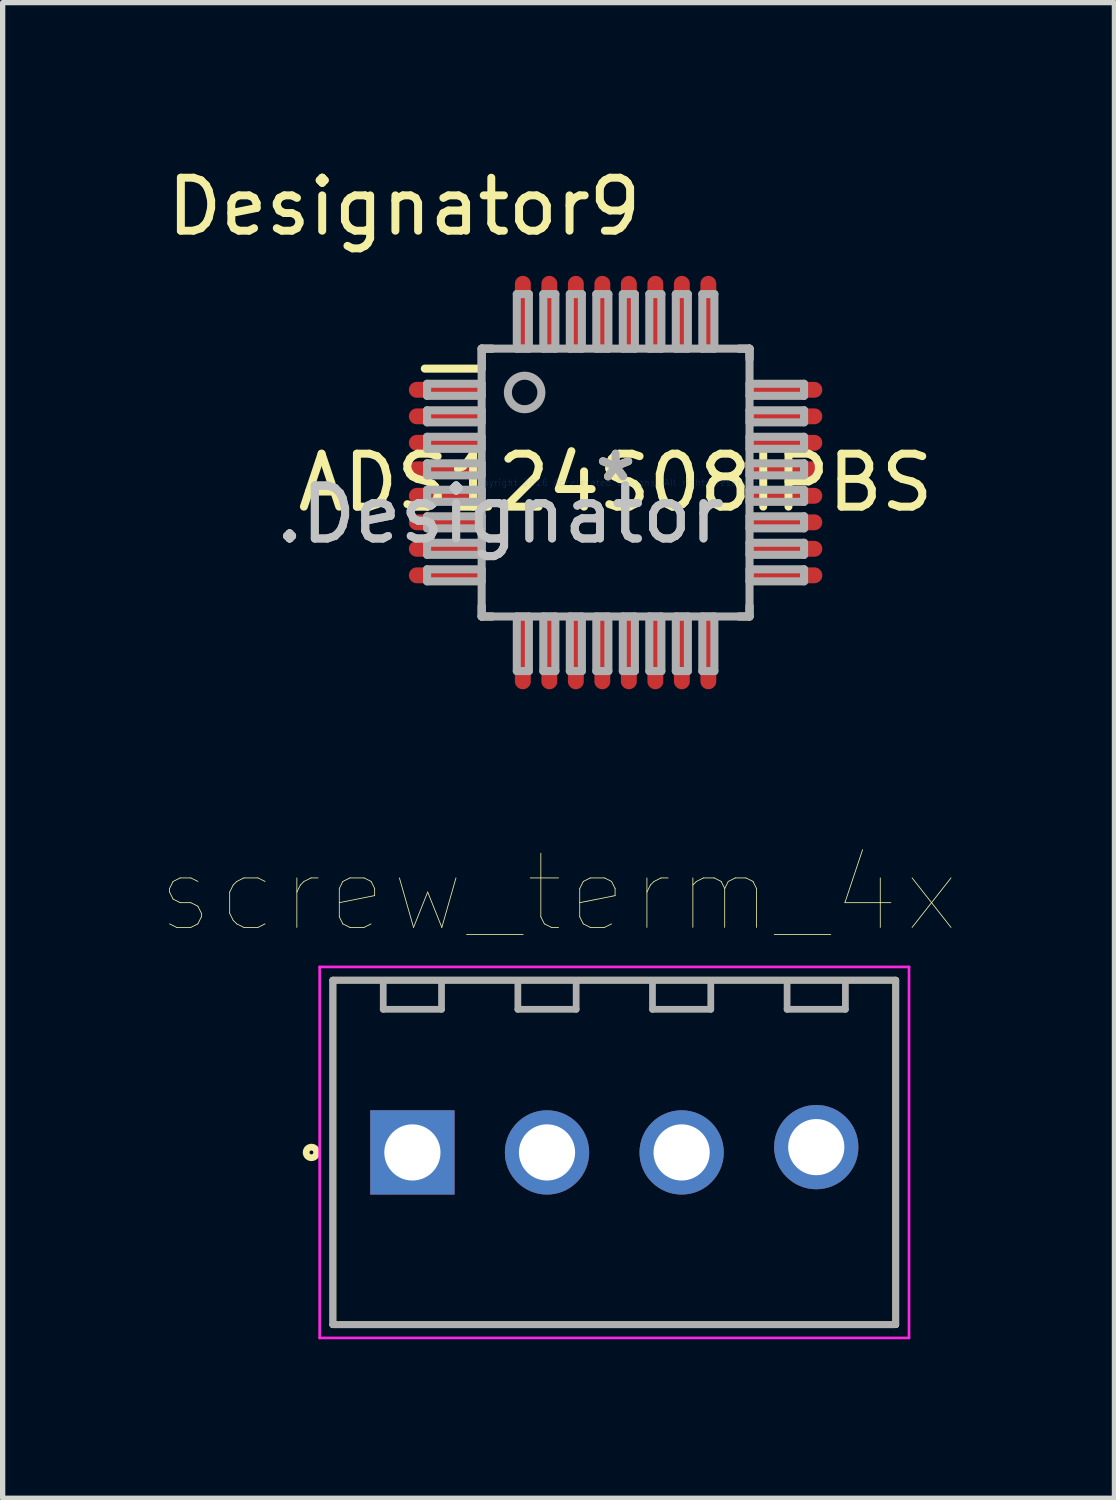
<source format=kicad_pcb>
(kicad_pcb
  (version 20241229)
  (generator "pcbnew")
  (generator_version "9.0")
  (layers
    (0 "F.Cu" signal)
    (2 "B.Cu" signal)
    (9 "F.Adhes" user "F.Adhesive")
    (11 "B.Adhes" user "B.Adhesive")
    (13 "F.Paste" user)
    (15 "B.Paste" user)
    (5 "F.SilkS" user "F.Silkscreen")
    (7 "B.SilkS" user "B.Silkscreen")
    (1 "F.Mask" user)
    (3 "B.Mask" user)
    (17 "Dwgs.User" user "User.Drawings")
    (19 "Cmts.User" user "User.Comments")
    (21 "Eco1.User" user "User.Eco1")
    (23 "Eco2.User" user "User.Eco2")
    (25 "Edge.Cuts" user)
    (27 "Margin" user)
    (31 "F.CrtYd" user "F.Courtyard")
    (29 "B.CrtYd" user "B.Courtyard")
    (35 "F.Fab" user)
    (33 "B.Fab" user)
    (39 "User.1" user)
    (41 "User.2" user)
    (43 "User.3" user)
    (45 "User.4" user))
  (footprint "screw_term_4x"
    (layer "F.Cu")
    (at 4.731 18.694)
    (property "Reference" "screw_term_4x" (at 2.757 -4.893 0) (layer "F.SilkS") (effects (font (size 1.401 1.401) (thickness 0.015))))
    (attr through_hole)
    (fp_line (start -1.5 -3.25) (end -1.5 3.25) (stroke (width 0.127) (type solid)) (layer "F.SilkS"))
    (fp_line (start -1.5 3.25) (end 9.12 3.25) (stroke (width 0.127) (type solid)) (layer "F.SilkS"))
    (fp_line (start 9.12 -3.25) (end -1.5 -3.25) (stroke (width 0.127) (type solid)) (layer "F.SilkS"))
    (fp_line (start 9.12 3.25) (end 9.12 -3.25) (stroke (width 0.127) (type solid)) (layer "F.SilkS"))
    (fp_circle (center -1.905 0) (end -1.805 0) (stroke (width 0.127) (type solid)) (fill no) (layer "F.SilkS"))
    (fp_line (start -1.75 -3.5) (end 9.37 -3.5) (stroke (width 0.05) (type solid)) (layer "F.CrtYd"))
    (fp_line (start -1.75 3.5) (end -1.75 -3.5) (stroke (width 0.05) (type solid)) (layer "F.CrtYd"))
    (fp_line (start 9.37 -3.5) (end 9.37 3.5) (stroke (width 0.05) (type solid)) (layer "F.CrtYd"))
    (fp_line (start 9.37 3.5) (end -1.75 3.5) (stroke (width 0.05) (type solid)) (layer "F.CrtYd"))
    (fp_line (start -1.5 -3.25) (end 9.12 -3.25) (stroke (width 0.127) (type solid)) (layer "F.Fab"))
    (fp_line (start -1.5 3.25) (end -1.5 -3.25) (stroke (width 0.127) (type solid)) (layer "F.Fab"))
    (fp_line (start -0.55 -2.7) (end -0.55 -3.2) (stroke (width 0.127) (type solid)) (layer "F.Fab"))
    (fp_line (start -0.55 -2.7) (end 0.55 -2.7) (stroke (width 0.127) (type solid)) (layer "F.Fab"))
    (fp_line (start 0.55 -2.7) (end 0.55 -3.2) (stroke (width 0.127) (type solid)) (layer "F.Fab"))
    (fp_line (start 1.99 -2.7) (end 1.99 -3.2) (stroke (width 0.127) (type solid)) (layer "F.Fab"))
    (fp_line (start 1.99 -2.7) (end 3.09 -2.7) (stroke (width 0.127) (type solid)) (layer "F.Fab"))
    (fp_line (start 3.09 -2.7) (end 3.09 -3.2) (stroke (width 0.127) (type solid)) (layer "F.Fab"))
    (fp_line (start 4.53 -2.7) (end 4.53 -3.2) (stroke (width 0.127) (type solid)) (layer "F.Fab"))
    (fp_line (start 4.53 -2.7) (end 5.63 -2.7) (stroke (width 0.127) (type solid)) (layer "F.Fab"))
    (fp_line (start 5.63 -2.7) (end 5.63 -3.2) (stroke (width 0.127) (type solid)) (layer "F.Fab"))
    (fp_line (start 7.07 -2.7) (end 7.07 -3.2) (stroke (width 0.127) (type solid)) (layer "F.Fab"))
    (fp_line (start 7.07 -2.7) (end 8.17 -2.7) (stroke (width 0.127) (type solid)) (layer "F.Fab"))
    (fp_line (start 8.17 -2.7) (end 8.17 -3.2) (stroke (width 0.127) (type solid)) (layer "F.Fab"))
    (fp_line (start 9.12 -3.25) (end 9.12 3.25) (stroke (width 0.127) (type solid)) (layer "F.Fab"))
    (fp_line (start 9.12 3.25) (end -1.5 3.25) (stroke (width 0.127) (type solid)) (layer "F.Fab"))
    (pad "1" thru_hole rect (at 0 0) (size 1.59 1.59) (drill 1.06) (layers "*.Cu" "*.Mask"))
    (pad "2" thru_hole circle (at 2.54 0) (size 1.59 1.59) (drill 1.06) (layers "*.Cu" "*.Mask"))
    (pad "3" thru_hole circle (at 5.08 0) (size 1.59 1.59) (drill 1.06) (layers "*.Cu" "*.Mask"))
    (pad "4" thru_hole circle (at 7.62 -0.1) (size 1.59 1.59) (drill 1.06) (layers "*.Cu" "*.Mask")))
  (footprint "ADS124S08IPBS"
    (layer "F.Cu")
    (at 8.565 6.055)
    (property "Reference" "ADS124S08IPBS" (at 0 0 0) (layer "F.SilkS") (effects (font (size 1 1) (thickness 0.15))))
    (attr through_hole)
    (fp_line (start -3.6 -2.15) (end -2.527 -2.15) (stroke (width 0.152) (type solid)) (layer "F.SilkS"))
    (fp_line (start -2.527 -2.527) (end -2.327 -2.527) (stroke (width 0.152) (type solid)) (layer "F.SilkS"))
    (fp_line (start -2.527 -2.15) (end -2.527 -2.527) (stroke (width 0.152) (type solid)) (layer "F.SilkS"))
    (fp_line (start -2.527 2.527) (end -2.527 2.327) (stroke (width 0.152) (type solid)) (layer "F.SilkS"))
    (fp_line (start -2.527 2.527) (end -2.327 2.527) (stroke (width 0.152) (type solid)) (layer "F.SilkS"))
    (fp_line (start 2.327 -2.527) (end 2.527 -2.527) (stroke (width 0.152) (type solid)) (layer "F.SilkS"))
    (fp_line (start 2.327 2.527) (end 2.527 2.527) (stroke (width 0.152) (type solid)) (layer "F.SilkS"))
    (fp_line (start 2.527 -2.327) (end 2.527 -2.527) (stroke (width 0.152) (type solid)) (layer "F.SilkS"))
    (fp_line (start 2.527 2.527) (end 2.527 2.327) (stroke (width 0.152) (type solid)) (layer "F.SilkS"))
    (fp_line (start -3.556 -1.864) (end -2.527 -1.864) (stroke (width 0.152) (type solid)) (layer "F.Fab"))
    (fp_line (start -3.556 -1.636) (end -3.556 -1.864) (stroke (width 0.152) (type solid)) (layer "F.Fab"))
    (fp_line (start -3.556 -1.636) (end -2.527 -1.636) (stroke (width 0.152) (type solid)) (layer "F.Fab"))
    (fp_line (start -3.556 -1.364) (end -2.527 -1.364) (stroke (width 0.152) (type solid)) (layer "F.Fab"))
    (fp_line (start -3.556 -1.136) (end -3.556 -1.364) (stroke (width 0.152) (type solid)) (layer "F.Fab"))
    (fp_line (start -3.556 -1.136) (end -2.527 -1.136) (stroke (width 0.152) (type solid)) (layer "F.Fab"))
    (fp_line (start -3.556 -0.864) (end -2.527 -0.864) (stroke (width 0.152) (type solid)) (layer "F.Fab"))
    (fp_line (start -3.556 -0.636) (end -3.556 -0.864) (stroke (width 0.152) (type solid)) (layer "F.Fab"))
    (fp_line (start -3.556 -0.636) (end -2.527 -0.636) (stroke (width 0.152) (type solid)) (layer "F.Fab"))
    (fp_line (start -3.556 -0.364) (end -2.527 -0.364) (stroke (width 0.152) (type solid)) (layer "F.Fab"))
    (fp_line (start -3.556 -0.136) (end -3.556 -0.364) (stroke (width 0.152) (type solid)) (layer "F.Fab"))
    (fp_line (start -3.556 -0.136) (end -2.527 -0.136) (stroke (width 0.152) (type solid)) (layer "F.Fab"))
    (fp_line (start -3.556 0.136) (end -2.527 0.136) (stroke (width 0.152) (type solid)) (layer "F.Fab"))
    (fp_line (start -3.556 0.364) (end -3.556 0.136) (stroke (width 0.152) (type solid)) (layer "F.Fab"))
    (fp_line (start -3.556 0.364) (end -2.527 0.364) (stroke (width 0.152) (type solid)) (layer "F.Fab"))
    (fp_line (start -3.556 0.636) (end -2.527 0.636) (stroke (width 0.152) (type solid)) (layer "F.Fab"))
    (fp_line (start -3.556 0.864) (end -3.556 0.636) (stroke (width 0.152) (type solid)) (layer "F.Fab"))
    (fp_line (start -3.556 0.864) (end -2.527 0.864) (stroke (width 0.152) (type solid)) (layer "F.Fab"))
    (fp_line (start -3.556 1.136) (end -2.527 1.136) (stroke (width 0.152) (type solid)) (layer "F.Fab"))
    (fp_line (start -3.556 1.364) (end -3.556 1.136) (stroke (width 0.152) (type solid)) (layer "F.Fab"))
    (fp_line (start -3.556 1.364) (end -2.527 1.364) (stroke (width 0.152) (type solid)) (layer "F.Fab"))
    (fp_line (start -3.556 1.636) (end -2.527 1.636) (stroke (width 0.152) (type solid)) (layer "F.Fab"))
    (fp_line (start -3.556 1.864) (end -3.556 1.636) (stroke (width 0.152) (type solid)) (layer "F.Fab"))
    (fp_line (start -3.556 1.864) (end -2.527 1.864) (stroke (width 0.152) (type solid)) (layer "F.Fab"))
    (fp_line (start -2.527 -2.527) (end 2.527 -2.527) (stroke (width 0.152) (type solid)) (layer "F.Fab"))
    (fp_line (start -2.527 -1.636) (end -2.527 -1.864) (stroke (width 0.152) (type solid)) (layer "F.Fab"))
    (fp_line (start -2.527 -1.136) (end -2.527 -1.364) (stroke (width 0.152) (type solid)) (layer "F.Fab"))
    (fp_line (start -2.527 -0.636) (end -2.527 -0.864) (stroke (width 0.152) (type solid)) (layer "F.Fab"))
    (fp_line (start -2.527 -0.136) (end -2.527 -0.364) (stroke (width 0.152) (type solid)) (layer "F.Fab"))
    (fp_line (start -2.527 0.364) (end -2.527 0.136) (stroke (width 0.152) (type solid)) (layer "F.Fab"))
    (fp_line (start -2.527 0.864) (end -2.527 0.636) (stroke (width 0.152) (type solid)) (layer "F.Fab"))
    (fp_line (start -2.527 1.364) (end -2.527 1.136) (stroke (width 0.152) (type solid)) (layer "F.Fab"))
    (fp_line (start -2.527 1.864) (end -2.527 1.636) (stroke (width 0.152) (type solid)) (layer "F.Fab"))
    (fp_line (start -2.527 2.527) (end -2.527 -2.527) (stroke (width 0.152) (type solid)) (layer "F.Fab"))
    (fp_line (start -2.527 2.527) (end 2.527 2.527) (stroke (width 0.152) (type solid)) (layer "F.Fab"))
    (fp_line (start -1.864 -3.556) (end -1.636 -3.556) (stroke (width 0.152) (type solid)) (layer "F.Fab"))
    (fp_line (start -1.864 -2.527) (end -1.864 -3.556) (stroke (width 0.152) (type solid)) (layer "F.Fab"))
    (fp_line (start -1.864 -2.527) (end -1.636 -2.527) (stroke (width 0.152) (type solid)) (layer "F.Fab"))
    (fp_line (start -1.864 2.527) (end -1.636 2.527) (stroke (width 0.152) (type solid)) (layer "F.Fab"))
    (fp_line (start -1.864 3.556) (end -1.864 2.527) (stroke (width 0.152) (type solid)) (layer "F.Fab"))
    (fp_line (start -1.864 3.556) (end -1.636 3.556) (stroke (width 0.152) (type solid)) (layer "F.Fab"))
    (fp_line (start -1.636 -2.527) (end -1.636 -3.556) (stroke (width 0.152) (type solid)) (layer "F.Fab"))
    (fp_line (start -1.636 3.556) (end -1.636 2.527) (stroke (width 0.152) (type solid)) (layer "F.Fab"))
    (fp_line (start -1.364 -3.556) (end -1.136 -3.556) (stroke (width 0.152) (type solid)) (layer "F.Fab"))
    (fp_line (start -1.364 -2.527) (end -1.364 -3.556) (stroke (width 0.152) (type solid)) (layer "F.Fab"))
    (fp_line (start -1.364 -2.527) (end -1.136 -2.527) (stroke (width 0.152) (type solid)) (layer "F.Fab"))
    (fp_line (start -1.364 2.527) (end -1.136 2.527) (stroke (width 0.152) (type solid)) (layer "F.Fab"))
    (fp_line (start -1.364 3.556) (end -1.364 2.527) (stroke (width 0.152) (type solid)) (layer "F.Fab"))
    (fp_line (start -1.364 3.556) (end -1.136 3.556) (stroke (width 0.152) (type solid)) (layer "F.Fab"))
    (fp_line (start -1.136 -2.527) (end -1.136 -3.556) (stroke (width 0.152) (type solid)) (layer "F.Fab"))
    (fp_line (start -1.136 3.556) (end -1.136 2.527) (stroke (width 0.152) (type solid)) (layer "F.Fab"))
    (fp_line (start -0.864 -3.556) (end -0.636 -3.556) (stroke (width 0.152) (type solid)) (layer "F.Fab"))
    (fp_line (start -0.864 -2.527) (end -0.864 -3.556) (stroke (width 0.152) (type solid)) (layer "F.Fab"))
    (fp_line (start -0.864 -2.527) (end -0.636 -2.527) (stroke (width 0.152) (type solid)) (layer "F.Fab"))
    (fp_line (start -0.864 2.527) (end -0.636 2.527) (stroke (width 0.152) (type solid)) (layer "F.Fab"))
    (fp_line (start -0.864 3.556) (end -0.864 2.527) (stroke (width 0.152) (type solid)) (layer "F.Fab"))
    (fp_line (start -0.864 3.556) (end -0.636 3.556) (stroke (width 0.152) (type solid)) (layer "F.Fab"))
    (fp_line (start -0.636 -2.527) (end -0.636 -3.556) (stroke (width 0.152) (type solid)) (layer "F.Fab"))
    (fp_line (start -0.636 3.556) (end -0.636 2.527) (stroke (width 0.152) (type solid)) (layer "F.Fab"))
    (fp_line (start -0.364 -3.556) (end -0.136 -3.556) (stroke (width 0.152) (type solid)) (layer "F.Fab"))
    (fp_line (start -0.364 -2.527) (end -0.364 -3.556) (stroke (width 0.152) (type solid)) (layer "F.Fab"))
    (fp_line (start -0.364 -2.527) (end -0.136 -2.527) (stroke (width 0.152) (type solid)) (layer "F.Fab"))
    (fp_line (start -0.364 2.527) (end -0.136 2.527) (stroke (width 0.152) (type solid)) (layer "F.Fab"))
    (fp_line (start -0.364 3.556) (end -0.364 2.527) (stroke (width 0.152) (type solid)) (layer "F.Fab"))
    (fp_line (start -0.364 3.556) (end -0.136 3.556) (stroke (width 0.152) (type solid)) (layer "F.Fab"))
    (fp_line (start -0.136 -2.527) (end -0.136 -3.556) (stroke (width 0.152) (type solid)) (layer "F.Fab"))
    (fp_line (start -0.136 3.556) (end -0.136 2.527) (stroke (width 0.152) (type solid)) (layer "F.Fab"))
    (fp_line (start 0.136 -3.556) (end 0.364 -3.556) (stroke (width 0.152) (type solid)) (layer "F.Fab"))
    (fp_line (start 0.136 -2.527) (end 0.136 -3.556) (stroke (width 0.152) (type solid)) (layer "F.Fab"))
    (fp_line (start 0.136 -2.527) (end 0.364 -2.527) (stroke (width 0.152) (type solid)) (layer "F.Fab"))
    (fp_line (start 0.136 2.527) (end 0.364 2.527) (stroke (width 0.152) (type solid)) (layer "F.Fab"))
    (fp_line (start 0.136 3.556) (end 0.136 2.527) (stroke (width 0.152) (type solid)) (layer "F.Fab"))
    (fp_line (start 0.136 3.556) (end 0.364 3.556) (stroke (width 0.152) (type solid)) (layer "F.Fab"))
    (fp_line (start 0.364 -2.527) (end 0.364 -3.556) (stroke (width 0.152) (type solid)) (layer "F.Fab"))
    (fp_line (start 0.364 3.556) (end 0.364 2.527) (stroke (width 0.152) (type solid)) (layer "F.Fab"))
    (fp_line (start 0.636 -3.556) (end 0.864 -3.556) (stroke (width 0.152) (type solid)) (layer "F.Fab"))
    (fp_line (start 0.636 -2.527) (end 0.636 -3.556) (stroke (width 0.152) (type solid)) (layer "F.Fab"))
    (fp_line (start 0.636 -2.527) (end 0.864 -2.527) (stroke (width 0.152) (type solid)) (layer "F.Fab"))
    (fp_line (start 0.636 2.527) (end 0.864 2.527) (stroke (width 0.152) (type solid)) (layer "F.Fab"))
    (fp_line (start 0.636 3.556) (end 0.636 2.527) (stroke (width 0.152) (type solid)) (layer "F.Fab"))
    (fp_line (start 0.636 3.556) (end 0.864 3.556) (stroke (width 0.152) (type solid)) (layer "F.Fab"))
    (fp_line (start 0.864 -2.527) (end 0.864 -3.556) (stroke (width 0.152) (type solid)) (layer "F.Fab"))
    (fp_line (start 0.864 3.556) (end 0.864 2.527) (stroke (width 0.152) (type solid)) (layer "F.Fab"))
    (fp_line (start 1.136 -3.556) (end 1.364 -3.556) (stroke (width 0.152) (type solid)) (layer "F.Fab"))
    (fp_line (start 1.136 -2.527) (end 1.136 -3.556) (stroke (width 0.152) (type solid)) (layer "F.Fab"))
    (fp_line (start 1.136 -2.527) (end 1.364 -2.527) (stroke (width 0.152) (type solid)) (layer "F.Fab"))
    (fp_line (start 1.136 2.527) (end 1.364 2.527) (stroke (width 0.152) (type solid)) (layer "F.Fab"))
    (fp_line (start 1.136 3.556) (end 1.136 2.527) (stroke (width 0.152) (type solid)) (layer "F.Fab"))
    (fp_line (start 1.136 3.556) (end 1.364 3.556) (stroke (width 0.152) (type solid)) (layer "F.Fab"))
    (fp_line (start 1.364 -2.527) (end 1.364 -3.556) (stroke (width 0.152) (type solid)) (layer "F.Fab"))
    (fp_line (start 1.364 3.556) (end 1.364 2.527) (stroke (width 0.152) (type solid)) (layer "F.Fab"))
    (fp_line (start 1.636 -3.556) (end 1.864 -3.556) (stroke (width 0.152) (type solid)) (layer "F.Fab"))
    (fp_line (start 1.636 -2.527) (end 1.636 -3.556) (stroke (width 0.152) (type solid)) (layer "F.Fab"))
    (fp_line (start 1.636 -2.527) (end 1.864 -2.527) (stroke (width 0.152) (type solid)) (layer "F.Fab"))
    (fp_line (start 1.636 2.527) (end 1.864 2.527) (stroke (width 0.152) (type solid)) (layer "F.Fab"))
    (fp_line (start 1.636 3.556) (end 1.636 2.527) (stroke (width 0.152) (type solid)) (layer "F.Fab"))
    (fp_line (start 1.636 3.556) (end 1.864 3.556) (stroke (width 0.152) (type solid)) (layer "F.Fab"))
    (fp_line (start 1.864 -2.527) (end 1.864 -3.556) (stroke (width 0.152) (type solid)) (layer "F.Fab"))
    (fp_line (start 1.864 3.556) (end 1.864 2.527) (stroke (width 0.152) (type solid)) (layer "F.Fab"))
    (fp_line (start 2.527 -1.864) (end 3.556 -1.864) (stroke (width 0.152) (type solid)) (layer "F.Fab"))
    (fp_line (start 2.527 -1.636) (end 2.527 -1.864) (stroke (width 0.152) (type solid)) (layer "F.Fab"))
    (fp_line (start 2.527 -1.636) (end 3.556 -1.636) (stroke (width 0.152) (type solid)) (layer "F.Fab"))
    (fp_line (start 2.527 -1.364) (end 3.556 -1.364) (stroke (width 0.152) (type solid)) (layer "F.Fab"))
    (fp_line (start 2.527 -1.136) (end 2.527 -1.364) (stroke (width 0.152) (type solid)) (layer "F.Fab"))
    (fp_line (start 2.527 -1.136) (end 3.556 -1.136) (stroke (width 0.152) (type solid)) (layer "F.Fab"))
    (fp_line (start 2.527 -0.864) (end 3.556 -0.864) (stroke (width 0.152) (type solid)) (layer "F.Fab"))
    (fp_line (start 2.527 -0.636) (end 2.527 -0.864) (stroke (width 0.152) (type solid)) (layer "F.Fab"))
    (fp_line (start 2.527 -0.636) (end 3.556 -0.636) (stroke (width 0.152) (type solid)) (layer "F.Fab"))
    (fp_line (start 2.527 -0.364) (end 3.556 -0.364) (stroke (width 0.152) (type solid)) (layer "F.Fab"))
    (fp_line (start 2.527 -0.136) (end 2.527 -0.364) (stroke (width 0.152) (type solid)) (layer "F.Fab"))
    (fp_line (start 2.527 -0.136) (end 3.556 -0.136) (stroke (width 0.152) (type solid)) (layer "F.Fab"))
    (fp_line (start 2.527 0.136) (end 3.556 0.136) (stroke (width 0.152) (type solid)) (layer "F.Fab"))
    (fp_line (start 2.527 0.364) (end 2.527 0.136) (stroke (width 0.152) (type solid)) (layer "F.Fab"))
    (fp_line (start 2.527 0.364) (end 3.556 0.364) (stroke (width 0.152) (type solid)) (layer "F.Fab"))
    (fp_line (start 2.527 0.636) (end 3.556 0.636) (stroke (width 0.152) (type solid)) (layer "F.Fab"))
    (fp_line (start 2.527 0.864) (end 2.527 0.636) (stroke (width 0.152) (type solid)) (layer "F.Fab"))
    (fp_line (start 2.527 0.864) (end 3.556 0.864) (stroke (width 0.152) (type solid)) (layer "F.Fab"))
    (fp_line (start 2.527 1.136) (end 3.556 1.136) (stroke (width 0.152) (type solid)) (layer "F.Fab"))
    (fp_line (start 2.527 1.364) (end 2.527 1.136) (stroke (width 0.152) (type solid)) (layer "F.Fab"))
    (fp_line (start 2.527 1.364) (end 3.556 1.364) (stroke (width 0.152) (type solid)) (layer "F.Fab"))
    (fp_line (start 2.527 1.636) (end 3.556 1.636) (stroke (width 0.152) (type solid)) (layer "F.Fab"))
    (fp_line (start 2.527 1.864) (end 2.527 1.636) (stroke (width 0.152) (type solid)) (layer "F.Fab"))
    (fp_line (start 2.527 1.864) (end 3.556 1.864) (stroke (width 0.152) (type solid)) (layer "F.Fab"))
    (fp_line (start 2.527 2.527) (end 2.527 -2.527) (stroke (width 0.152) (type solid)) (layer "F.Fab"))
    (fp_line (start 3.556 -1.636) (end 3.556 -1.864) (stroke (width 0.152) (type solid)) (layer "F.Fab"))
    (fp_line (start 3.556 -1.136) (end 3.556 -1.364) (stroke (width 0.152) (type solid)) (layer "F.Fab"))
    (fp_line (start 3.556 -0.636) (end 3.556 -0.864) (stroke (width 0.152) (type solid)) (layer "F.Fab"))
    (fp_line (start 3.556 -0.136) (end 3.556 -0.364) (stroke (width 0.152) (type solid)) (layer "F.Fab"))
    (fp_line (start 3.556 0.364) (end 3.556 0.136) (stroke (width 0.152) (type solid)) (layer "F.Fab"))
    (fp_line (start 3.556 0.864) (end 3.556 0.636) (stroke (width 0.152) (type solid)) (layer "F.Fab"))
    (fp_line (start 3.556 1.364) (end 3.556 1.136) (stroke (width 0.152) (type solid)) (layer "F.Fab"))
    (fp_line (start 3.556 1.864) (end 3.556 1.636) (stroke (width 0.152) (type solid)) (layer "F.Fab"))
    (fp_circle (center -1.716 -1.7) (end -1.4 -1.7) (stroke (width 0.152) (type solid)) (fill no) (layer "F.Fab"))
    (fp_text user "Designator9" (at -3.988 -5.207 0) (layer "F.SilkS") (effects (font (size 1 1) (thickness 0.15))))
    (fp_text user "*" (at 0 0 0) (layer "F.SilkS") (effects (font (size 1 1) (thickness 0.15))))
    (fp_text user ".Designator" (at -2.175 0.6 0) (layer "Dwgs.User") (effects (font (size 1 1) (thickness 0.15))))
    (fp_text user "Copyright 2016 Accelerated Designs. All rights reserved." (at 0 0 0) (layer "Cmts.User") (effects (font (size 0.127 0.127) (thickness 0.002))))
    (fp_text user ".Designator" (at -2.175 0.6 0) (layer "F.Fab") (effects (font (size 1 1) (thickness 0.15))))
    (fp_text user "*" (at 0 0 0) (layer "F.Fab") (effects (font (size 1 1) (thickness 0.15))))
    (pad "1" smd oval (at -3.2 -1.75 90) (size 0.3 1.4) (layers "F.Cu" "F.Mask" "F.Paste"))
    (pad "2" smd oval (at -3.2 -1.25 90) (size 0.3 1.4) (layers "F.Cu" "F.Mask" "F.Paste"))
    (pad "3" smd oval (at -3.2 -0.75 90) (size 0.3 1.4) (layers "F.Cu" "F.Mask" "F.Paste"))
    (pad "4" smd oval (at -3.2 -0.25 90) (size 0.3 1.4) (layers "F.Cu" "F.Mask" "F.Paste"))
    (pad "5" smd oval (at -3.2 0.25 90) (size 0.3 1.4) (layers "F.Cu" "F.Mask" "F.Paste"))
    (pad "6" smd oval (at -3.2 0.75 90) (size 0.3 1.4) (layers "F.Cu" "F.Mask" "F.Paste"))
    (pad "7" smd oval (at -3.2 1.25 90) (size 0.3 1.4) (layers "F.Cu" "F.Mask" "F.Paste"))
    (pad "8" smd oval (at -3.2 1.75 90) (size 0.3 1.4) (layers "F.Cu" "F.Mask" "F.Paste"))
    (pad "9" smd oval (at -1.75 3.2) (size 0.3 1.4) (layers "F.Cu" "F.Mask" "F.Paste"))
    (pad "10" smd oval (at -1.25 3.2) (size 0.3 1.4) (layers "F.Cu" "F.Mask" "F.Paste"))
    (pad "11" smd oval (at -0.75 3.2) (size 0.3 1.4) (layers "F.Cu" "F.Mask" "F.Paste"))
    (pad "12" smd oval (at -0.25 3.2) (size 0.3 1.4) (layers "F.Cu" "F.Mask" "F.Paste"))
    (pad "13" smd oval (at 0.25 3.2) (size 0.3 1.4) (layers "F.Cu" "F.Mask" "F.Paste"))
    (pad "14" smd oval (at 0.75 3.2) (size 0.3 1.4) (layers "F.Cu" "F.Mask" "F.Paste"))
    (pad "15" smd oval (at 1.25 3.2) (size 0.3 1.4) (layers "F.Cu" "F.Mask" "F.Paste"))
    (pad "16" smd oval (at 1.75 3.2) (size 0.3 1.4) (layers "F.Cu" "F.Mask" "F.Paste"))
    (pad "17" smd oval (at 3.2 1.75 90) (size 0.3 1.4) (layers "F.Cu" "F.Mask" "F.Paste"))
    (pad "18" smd oval (at 3.2 1.25 90) (size 0.3 1.4) (layers "F.Cu" "F.Mask" "F.Paste"))
    (pad "19" smd oval (at 3.2 0.75 90) (size 0.3 1.4) (layers "F.Cu" "F.Mask" "F.Paste"))
    (pad "20" smd oval (at 3.2 0.25 90) (size 0.3 1.4) (layers "F.Cu" "F.Mask" "F.Paste"))
    (pad "21" smd oval (at 3.2 -0.25 90) (size 0.3 1.4) (layers "F.Cu" "F.Mask" "F.Paste"))
    (pad "22" smd oval (at 3.2 -0.75 90) (size 0.3 1.4) (layers "F.Cu" "F.Mask" "F.Paste"))
    (pad "23" smd oval (at 3.2 -1.25 90) (size 0.3 1.4) (layers "F.Cu" "F.Mask" "F.Paste"))
    (pad "24" smd oval (at 3.2 -1.75 90) (size 0.3 1.4) (layers "F.Cu" "F.Mask" "F.Paste"))
    (pad "25" smd oval (at 1.75 -3.2) (size 0.3 1.4) (layers "F.Cu" "F.Mask" "F.Paste"))
    (pad "26" smd oval (at 1.25 -3.2) (size 0.3 1.4) (layers "F.Cu" "F.Mask" "F.Paste"))
    (pad "27" smd oval (at 0.75 -3.2) (size 0.3 1.4) (layers "F.Cu" "F.Mask" "F.Paste"))
    (pad "28" smd oval (at 0.25 -3.2) (size 0.3 1.4) (layers "F.Cu" "F.Mask" "F.Paste"))
    (pad "29" smd oval (at -0.25 -3.2) (size 0.3 1.4) (layers "F.Cu" "F.Mask" "F.Paste"))
    (pad "30" smd oval (at -0.75 -3.2) (size 0.3 1.4) (layers "F.Cu" "F.Mask" "F.Paste"))
    (pad "31" smd oval (at -1.25 -3.2) (size 0.3 1.4) (layers "F.Cu" "F.Mask" "F.Paste"))
    (pad "32" smd oval (at -1.75 -3.2) (size 0.3 1.4) (layers "F.Cu" "F.Mask" "F.Paste")))
  (gr_rect
    (start -3 -3)
    (end 17.977 25.219)
    (stroke (width 0.1) (type default))
    (fill no)
    (layer "Edge.Cuts")))
</source>
